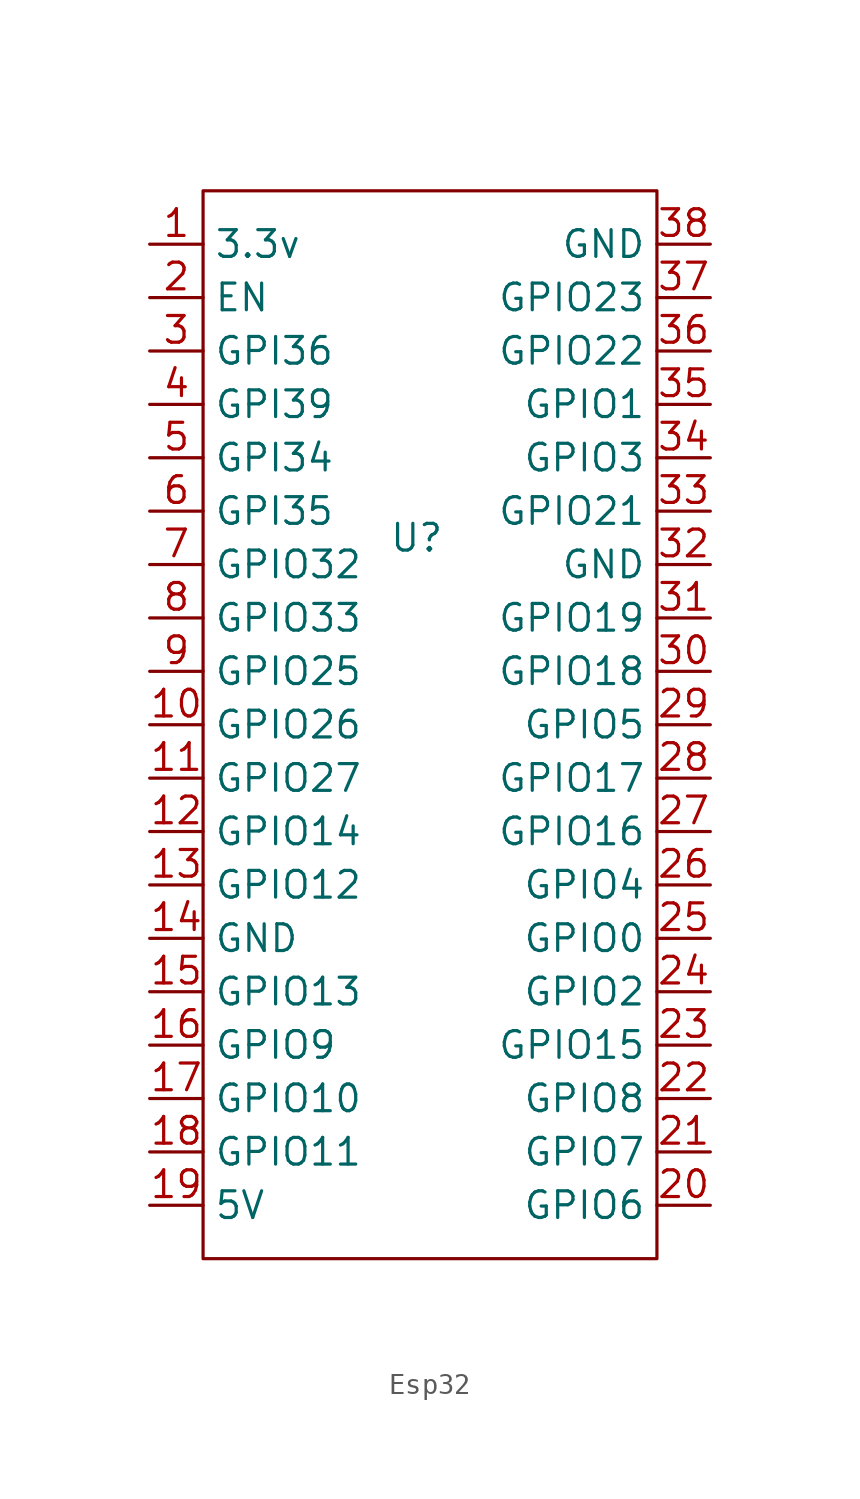
<source format=kicad_sym>
(kicad_symbol_lib
  (version 20231120)
  (generator "kicad_symbol_editor")
  (generator_version "8.0")
  (symbol "Esp32"
    (property "Reference" "U"
      (at 0 0 0)
      (effects (font (size 1.27 1.27))))
    (property "Value" ""
      (at -3.81 0 0)
      (effects (font (size 1.27 1.27))))
    (symbol "Esp32_0_1"
      (rectangle (start -10.16 16.51) (end 11.43 -34.29) (stroke (width 0) (type default)) (fill (type none))))
    (symbol "Esp32_1_1"
      (pin bidirectional line (at -12.7 13.97 0) (length 2.54) (name "3.3v" (effects (font (size 1.27 1.27)))) (number "1" (effects (font (size 1.27 1.27)))))
      (pin bidirectional line (at -12.7 -8.89 0) (length 2.54) (name "GPIO26" (effects (font (size 1.27 1.27)))) (number "10" (effects (font (size 1.27 1.27)))))
      (pin bidirectional line (at -12.7 -11.43 0) (length 2.54) (name "GPIO27" (effects (font (size 1.27 1.27)))) (number "11" (effects (font (size 1.27 1.27)))))
      (pin bidirectional line (at -12.7 -13.97 0) (length 2.54) (name "GPIO14" (effects (font (size 1.27 1.27)))) (number "12" (effects (font (size 1.27 1.27)))))
      (pin bidirectional line (at -12.7 -16.51 0) (length 2.54) (name "GPIO12" (effects (font (size 1.27 1.27)))) (number "13" (effects (font (size 1.27 1.27)))))
      (pin bidirectional line (at -12.7 -19.05 0) (length 2.54) (name "GND" (effects (font (size 1.27 1.27)))) (number "14" (effects (font (size 1.27 1.27)))))
      (pin bidirectional line (at -12.7 -21.59 0) (length 2.54) (name "GPIO13" (effects (font (size 1.27 1.27)))) (number "15" (effects (font (size 1.27 1.27)))))
      (pin bidirectional line (at -12.7 -24.13 0) (length 2.54) (name "GPIO9" (effects (font (size 1.27 1.27)))) (number "16" (effects (font (size 1.27 1.27)))))
      (pin bidirectional line (at -12.7 -26.67 0) (length 2.54) (name "GPIO10" (effects (font (size 1.27 1.27)))) (number "17" (effects (font (size 1.27 1.27)))))
      (pin bidirectional line (at -12.7 -29.21 0) (length 2.54) (name "GPIO11" (effects (font (size 1.27 1.27)))) (number "18" (effects (font (size 1.27 1.27)))))
      (pin bidirectional line (at -12.7 -31.75 0) (length 2.54) (name "5V" (effects (font (size 1.27 1.27)))) (number "19" (effects (font (size 1.27 1.27)))))
      (pin input line (at -12.7 11.43 0) (length 2.54) (name "EN" (effects (font (size 1.27 1.27)))) (number "2" (effects (font (size 1.27 1.27)))))
      (pin bidirectional line (at 13.97 -31.75 180) (length 2.54) (name "GPIO6" (effects (font (size 1.27 1.27)))) (number "20" (effects (font (size 1.27 1.27)))))
      (pin bidirectional line (at 13.97 -29.21 180) (length 2.54) (name "GPIO7" (effects (font (size 1.27 1.27)))) (number "21" (effects (font (size 1.27 1.27)))))
      (pin bidirectional line (at 13.97 -26.67 180) (length 2.54) (name "GPIO8" (effects (font (size 1.27 1.27)))) (number "22" (effects (font (size 1.27 1.27)))))
      (pin bidirectional line (at 13.97 -24.13 180) (length 2.54) (name "GPIO15" (effects (font (size 1.27 1.27)))) (number "23" (effects (font (size 1.27 1.27)))))
      (pin bidirectional line (at 13.97 -21.59 180) (length 2.54) (name "GPIO2" (effects (font (size 1.27 1.27)))) (number "24" (effects (font (size 1.27 1.27)))))
      (pin bidirectional line (at 13.97 -19.05 180) (length 2.54) (name "GPIO0" (effects (font (size 1.27 1.27)))) (number "25" (effects (font (size 1.27 1.27)))))
      (pin bidirectional line (at 13.97 -16.51 180) (length 2.54) (name "GPIO4" (effects (font (size 1.27 1.27)))) (number "26" (effects (font (size 1.27 1.27)))))
      (pin bidirectional line (at 13.97 -13.97 180) (length 2.54) (name "GPIO16" (effects (font (size 1.27 1.27)))) (number "27" (effects (font (size 1.27 1.27)))))
      (pin bidirectional line (at 13.97 -11.43 180) (length 2.54) (name "GPIO17" (effects (font (size 1.27 1.27)))) (number "28" (effects (font (size 1.27 1.27)))))
      (pin bidirectional line (at 13.97 -8.89 180) (length 2.54) (name "GPIO5" (effects (font (size 1.27 1.27)))) (number "29" (effects (font (size 1.27 1.27)))))
      (pin input line (at -12.7 8.89 0) (length 2.54) (name "GPI36" (effects (font (size 1.27 1.27)))) (number "3" (effects (font (size 1.27 1.27)))))
      (pin bidirectional line (at 13.97 -6.35 180) (length 2.54) (name "GPIO18" (effects (font (size 1.27 1.27)))) (number "30" (effects (font (size 1.27 1.27)))))
      (pin bidirectional line (at 13.97 -3.81 180) (length 2.54) (name "GPIO19" (effects (font (size 1.27 1.27)))) (number "31" (effects (font (size 1.27 1.27)))))
      (pin bidirectional line (at 13.97 -1.27 180) (length 2.54) (name "GND" (effects (font (size 1.27 1.27)))) (number "32" (effects (font (size 1.27 1.27)))))
      (pin bidirectional line (at 13.97 1.27 180) (length 2.54) (name "GPIO21" (effects (font (size 1.27 1.27)))) (number "33" (effects (font (size 1.27 1.27)))))
      (pin bidirectional line (at 13.97 3.81 180) (length 2.54) (name "GPIO3" (effects (font (size 1.27 1.27)))) (number "34" (effects (font (size 1.27 1.27)))))
      (pin bidirectional line (at 13.97 6.35 180) (length 2.54) (name "GPIO1" (effects (font (size 1.27 1.27)))) (number "35" (effects (font (size 1.27 1.27)))))
      (pin bidirectional line (at 13.97 8.89 180) (length 2.54) (name "GPIO22" (effects (font (size 1.27 1.27)))) (number "36" (effects (font (size 1.27 1.27)))))
      (pin bidirectional line (at 13.97 11.43 180) (length 2.54) (name "GPIO23" (effects (font (size 1.27 1.27)))) (number "37" (effects (font (size 1.27 1.27)))))
      (pin bidirectional line (at 13.97 13.97 180) (length 2.54) (name "GND" (effects (font (size 1.27 1.27)))) (number "38" (effects (font (size 1.27 1.27)))))
      (pin input line (at -12.7 6.35 0) (length 2.54) (name "GPI39" (effects (font (size 1.27 1.27)))) (number "4" (effects (font (size 1.27 1.27)))))
      (pin input line (at -12.7 3.81 0) (length 2.54) (name "GPI34" (effects (font (size 1.27 1.27)))) (number "5" (effects (font (size 1.27 1.27)))))
      (pin input line (at -12.7 1.27 0) (length 2.54) (name "GPI35" (effects (font (size 1.27 1.27)))) (number "6" (effects (font (size 1.27 1.27)))))
      (pin bidirectional line (at -12.7 -1.27 0) (length 2.54) (name "GPIO32" (effects (font (size 1.27 1.27)))) (number "7" (effects (font (size 1.27 1.27)))))
      (pin bidirectional line (at -12.7 -3.81 0) (length 2.54) (name "GPIO33" (effects (font (size 1.27 1.27)))) (number "8" (effects (font (size 1.27 1.27)))))
      (pin bidirectional line (at -12.7 -6.35 0) (length 2.54) (name "GPIO25" (effects (font (size 1.27 1.27)))) (number "9" (effects (font (size 1.27 1.27))))))))
</source>
